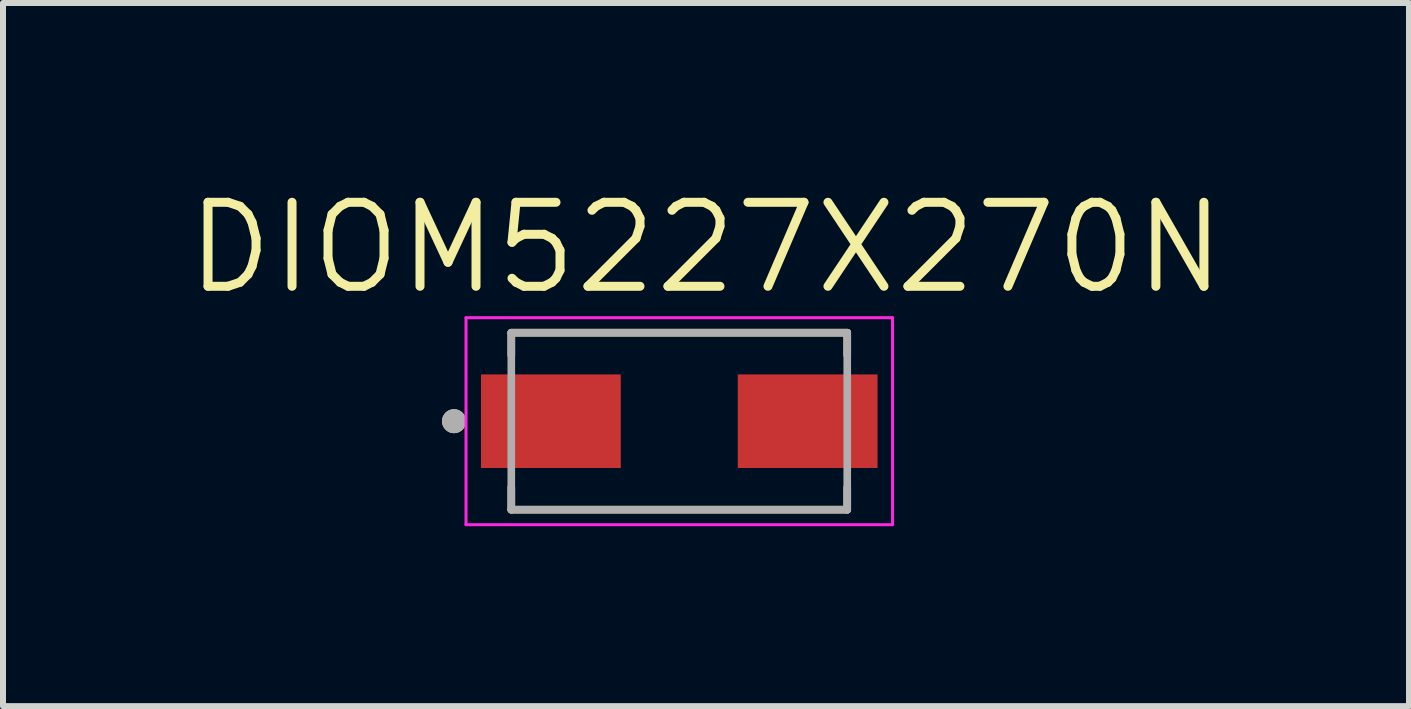
<source format=kicad_pcb>
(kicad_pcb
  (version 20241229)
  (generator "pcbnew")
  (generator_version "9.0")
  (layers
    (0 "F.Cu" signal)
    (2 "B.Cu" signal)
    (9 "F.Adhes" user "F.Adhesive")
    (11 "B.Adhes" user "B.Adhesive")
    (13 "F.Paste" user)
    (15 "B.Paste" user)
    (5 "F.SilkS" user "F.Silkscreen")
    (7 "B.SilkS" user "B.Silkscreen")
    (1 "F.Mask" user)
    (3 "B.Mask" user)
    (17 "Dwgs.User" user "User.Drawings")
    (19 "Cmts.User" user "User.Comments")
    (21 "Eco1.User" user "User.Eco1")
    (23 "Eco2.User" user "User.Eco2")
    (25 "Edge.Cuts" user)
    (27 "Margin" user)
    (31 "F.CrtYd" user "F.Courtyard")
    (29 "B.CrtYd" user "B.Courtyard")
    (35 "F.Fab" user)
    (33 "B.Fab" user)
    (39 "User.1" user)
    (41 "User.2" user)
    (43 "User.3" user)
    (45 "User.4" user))
  (footprint "DIOM5227X270N"
    (layer "F.Cu")
    (at 8.273 3.971)
    (property "Reference" "DIOM5227X270N" (at 0.445 -2.889 0) (layer "F.SilkS") (effects (font (size 1.4 1.4) (thickness 0.15))))
    (attr smd)
    (fp_line (start -2.8 -1.475) (end 2.8 -1.475) (stroke (width 0.127) (type solid)) (layer "F.SilkS"))
    (fp_line (start -2.8 -1.1) (end -2.8 -1.475) (stroke (width 0.127) (type solid)) (layer "F.SilkS"))
    (fp_line (start -2.8 1.475) (end -2.8 1.1) (stroke (width 0.127) (type solid)) (layer "F.SilkS"))
    (fp_line (start 2.8 -1.475) (end 2.8 -1.1) (stroke (width 0.127) (type solid)) (layer "F.SilkS"))
    (fp_line (start 2.8 1.1) (end 2.8 1.475) (stroke (width 0.127) (type solid)) (layer "F.SilkS"))
    (fp_line (start 2.8 1.475) (end -2.8 1.475) (stroke (width 0.127) (type solid)) (layer "F.SilkS"))
    (fp_circle (center -3.755 0) (end -3.655 0) (stroke (width 0.2) (type solid)) (fill no) (layer "F.SilkS"))
    (fp_line (start -3.555 -1.725) (end 3.555 -1.725) (stroke (width 0.05) (type solid)) (layer "F.CrtYd"))
    (fp_line (start -3.555 1.725) (end -3.555 -1.725) (stroke (width 0.05) (type solid)) (layer "F.CrtYd"))
    (fp_line (start 3.555 -1.725) (end 3.555 1.725) (stroke (width 0.05) (type solid)) (layer "F.CrtYd"))
    (fp_line (start 3.555 1.725) (end -3.555 1.725) (stroke (width 0.05) (type solid)) (layer "F.CrtYd"))
    (fp_line (start -2.8 -1.475) (end 2.8 -1.475) (stroke (width 0.127) (type solid)) (layer "F.Fab"))
    (fp_line (start -2.8 1.475) (end -2.8 -1.475) (stroke (width 0.127) (type solid)) (layer "F.Fab"))
    (fp_line (start 2.8 -1.475) (end 2.8 1.475) (stroke (width 0.127) (type solid)) (layer "F.Fab"))
    (fp_line (start 2.8 1.475) (end -2.8 1.475) (stroke (width 0.127) (type solid)) (layer "F.Fab"))
    (fp_circle (center -3.755 0) (end -3.655 0) (stroke (width 0.2) (type solid)) (fill no) (layer "F.Fab"))
    (pad "A" smd rect (at 2.14 0 180) (size 2.33 1.56) (layers "F.Cu" "F.Mask" "F.Paste"))
    (pad "C" smd rect (at -2.14 0) (size 2.33 1.56) (layers "F.Cu" "F.Mask" "F.Paste")))
  (gr_rect
    (start -3 -3)
    (end 20.437 8.721)
    (stroke (width 0.1) (type default))
    (fill no)
    (layer "Edge.Cuts")))
</source>
